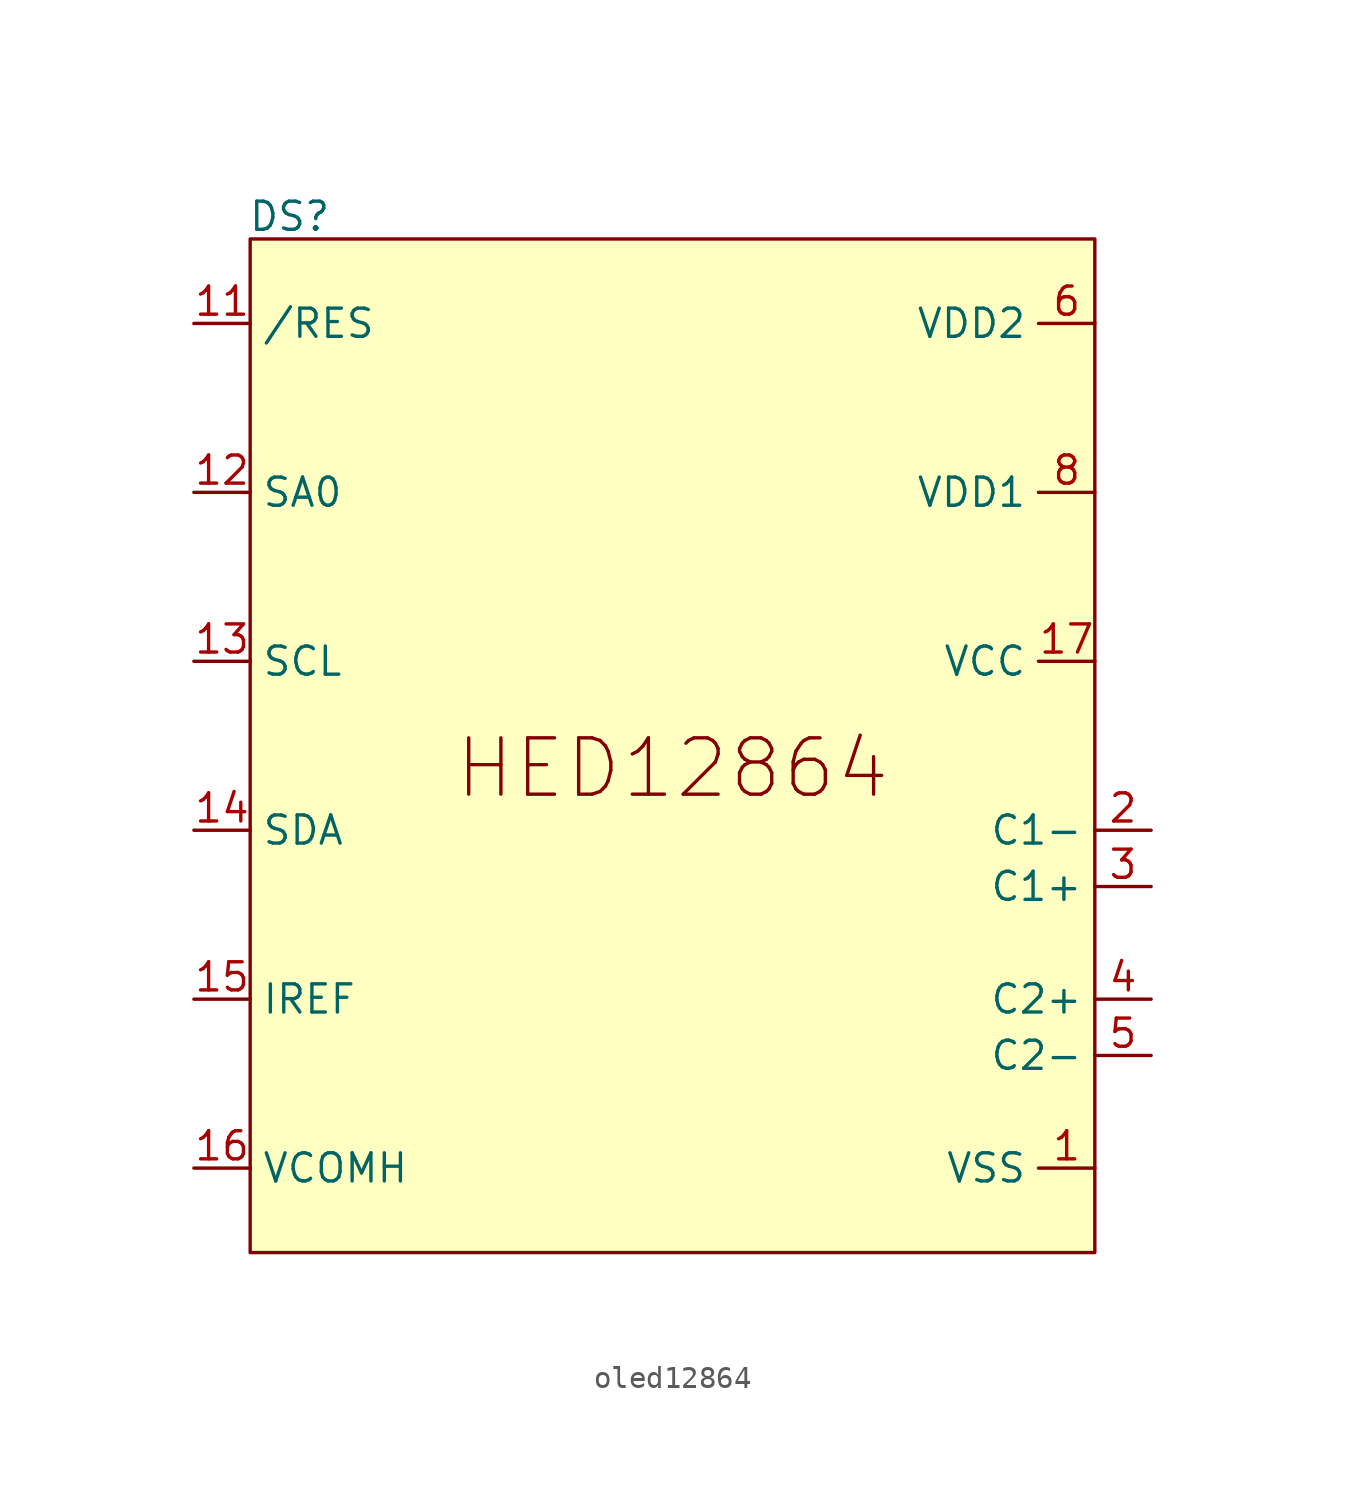
<source format=kicad_sym>
(kicad_symbol_lib
  (version 20241209)
  (generator "kicad_symbol_editor")
  (generator_version "9.0")
  (symbol "oled12864"
    (property "Reference" "DS"
      (at -17.272 25.146 0)
      (effects (font (size 1.27 1.27))))
    (property "Value" ""
      (at 21.59 0 0)
      (effects (font (size 1.27 1.27))))
    (symbol "oled12864_1_0"
      (pin input line (at -21.59 20.32 0) (length 2.54) (name "/RES" (effects (font (size 1.27 1.27)))) (number "11" (effects (font (size 1.27 1.27)))))
      (pin input line (at -21.59 12.7 0) (length 2.54) (name "SA0" (effects (font (size 1.27 1.27)))) (number "12" (effects (font (size 1.27 1.27)))))
      (pin input line (at -21.59 5.08 0) (length 2.54) (name "SCL" (effects (font (size 1.27 1.27)))) (number "13" (effects (font (size 1.27 1.27)))))
      (pin input line (at -21.59 -2.54 0) (length 2.54) (name "SDA" (effects (font (size 1.27 1.27)))) (number "14" (effects (font (size 1.27 1.27)))))
      (pin input line (at -21.59 -10.16 0) (length 2.54) (name "IREF" (effects (font (size 1.27 1.27)))) (number "15" (effects (font (size 1.27 1.27)))))
      (pin unspecified line (at -21.59 -17.78 0) (length 2.54) (name "VCOMH" (effects (font (size 1.27 1.27)))) (number "16" (effects (font (size 1.27 1.27)))))
      (pin no_connect line (at 1.27 -13.97 0) (length 2.54) (hide yes) (name "" (effects (font (size 1.27 1.27)))) (number "7" (effects (font (size 1.27 1.27)))))
      (pin no_connect line (at 1.27 -17.78 0) (length 2.54) (hide yes) (name "" (effects (font (size 1.27 1.27)))) (number "10" (effects (font (size 1.27 1.27)))))
      (pin power_in line (at 19.05 20.32 180) (length 2.54) (name "VDD2" (effects (font (size 1.27 1.27)))) (number "6" (effects (font (size 1.27 1.27)))))
      (pin power_in line (at 19.05 12.7 180) (length 2.54) (name "VDD1" (effects (font (size 1.27 1.27)))) (number "8" (effects (font (size 1.27 1.27)))))
      (pin power_in line (at 19.05 5.08 180) (length 2.54) (name "VCC" (effects (font (size 1.27 1.27)))) (number "17" (effects (font (size 1.27 1.27)))))
      (pin power_in line (at 19.05 -17.78 180) (length 2.54) (name "VSS" (effects (font (size 1.27 1.27)))) (number "1" (effects (font (size 1.27 1.27)))))
      (pin passive line (at 19.05 -17.78 180) (length 2.54) (hide yes) (name "VSS" (effects (font (size 1.27 1.27)))) (number "18" (effects (font (size 1.27 1.27)))))
      (pin passive line (at 19.05 -17.78 180) (length 2.54) (hide yes) (name "VSS" (effects (font (size 1.27 1.27)))) (number "19" (effects (font (size 1.27 1.27)))))
      (pin passive line (at 19.05 -17.78 180) (length 2.54) (hide yes) (name "VSS" (effects (font (size 1.27 1.27)))) (number "20" (effects (font (size 1.27 1.27)))))
      (pin passive line (at 19.05 -17.78 180) (length 2.54) (hide yes) (name "VSS" (effects (font (size 1.27 1.27)))) (number "9" (effects (font (size 1.27 1.27)))))
      (pin passive line (at 21.59 -2.54 180) (length 2.54) (name "C1-" (effects (font (size 1.27 1.27)))) (number "2" (effects (font (size 1.27 1.27)))))
      (pin passive line (at 21.59 -5.08 180) (length 2.54) (name "C1+" (effects (font (size 1.27 1.27)))) (number "3" (effects (font (size 1.27 1.27)))))
      (pin passive line (at 21.59 -10.16 180) (length 2.54) (name "C2+" (effects (font (size 1.27 1.27)))) (number "4" (effects (font (size 1.27 1.27)))))
      (pin passive line (at 21.59 -12.7 180) (length 2.54) (name "C2-" (effects (font (size 1.27 1.27)))) (number "5" (effects (font (size 1.27 1.27))))))
    (symbol "oled12864_1_1"
      (rectangle (start -19.05 24.13) (end 19.05 -21.59) (stroke (width 0) (type default)) (fill (type background)))
      (text "HED12864" (at 0 0.254 0) (effects (font (size 2.54 2.54)))))))
</source>
